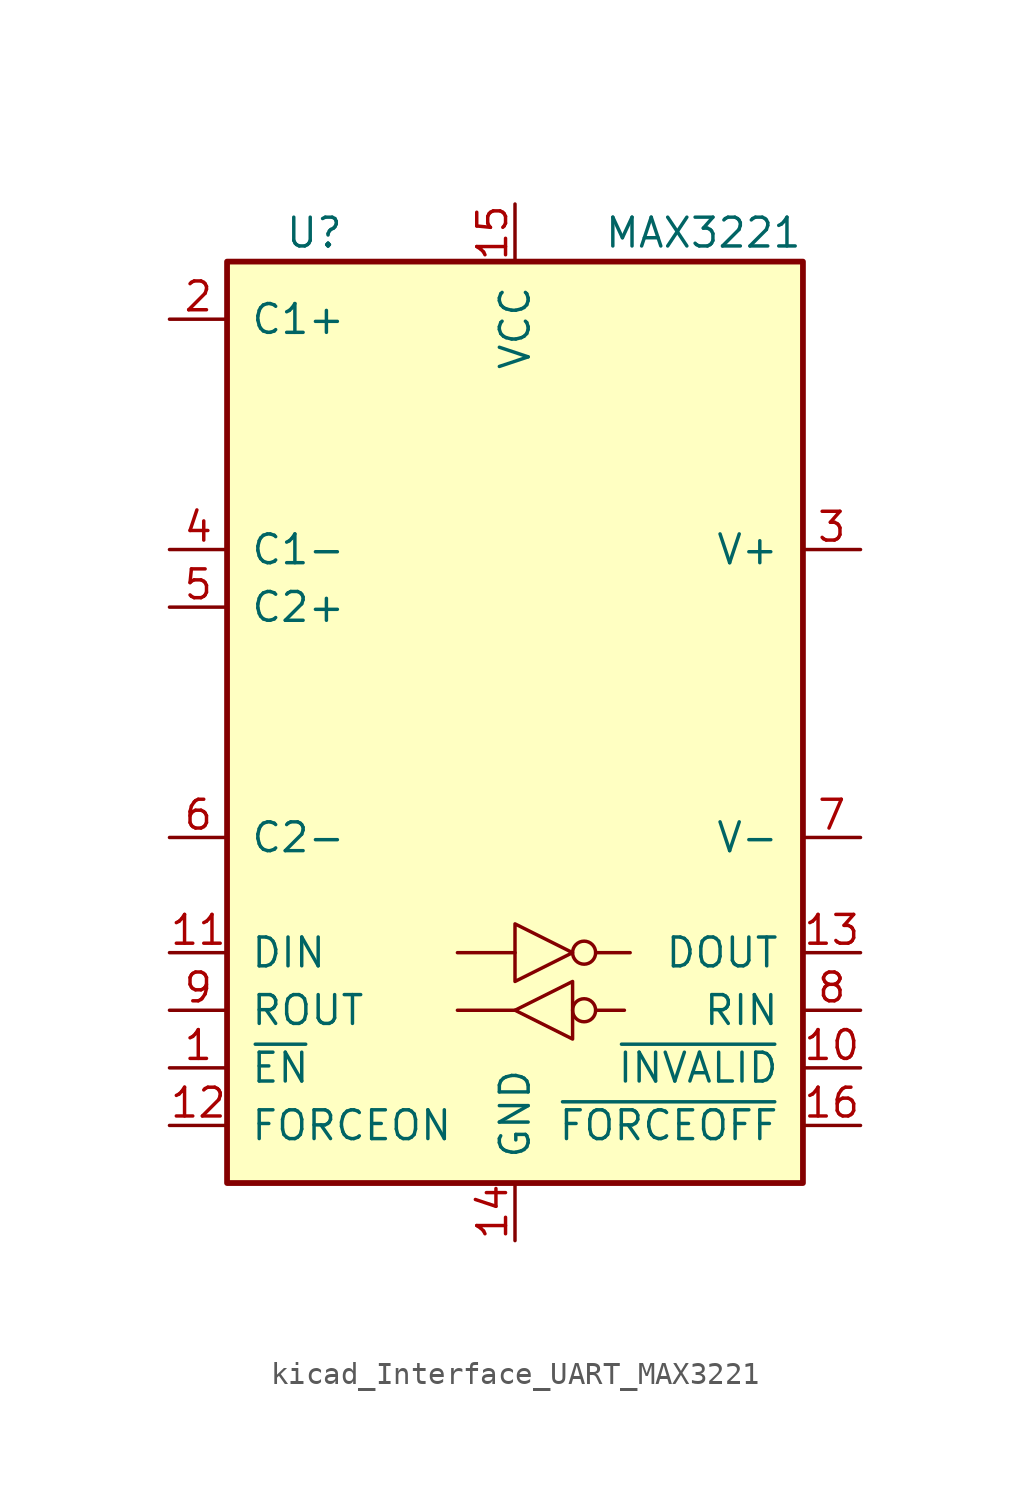
<source format=kicad_sym>
(kicad_symbol_lib
  (version 20220914)
  (generator kicad_symbol_editor)
  (symbol "kicad_Interface_UART_MAX3221"
    (pin_names
      (offset 1.016))
    (property "Reference" "U"
      (at -10.16 21.59 0)
      (effects (font (size 1.27 1.27)) (justify left)))
    (property "Value" "MAX3221"
      (at 12.7 21.59 0)
      (effects (font (size 1.27 1.27)) (justify right)))
    (symbol "kicad_Interface_UART_MAX3221_0_1"
      (rectangle (start -12.7 -20.32) (end 12.7 20.32) (stroke (width 0.254) (type default)) (fill (type background)))
      (polyline (pts (xy -2.54 -12.7) (xy 0 -12.7) (xy 0 -12.7)) (stroke (width 0) (type default)) (fill (type none)))
      (polyline (pts (xy -2.54 -10.16) (xy 0 -10.16) (xy 0 -10.16)) (stroke (width 0) (type default)) (fill (type none)))
      (polyline (pts (xy 3.556 -12.7) (xy 4.826 -12.7) (xy 4.826 -12.7)) (stroke (width 0) (type default)) (fill (type none)))
      (polyline (pts (xy 3.556 -10.16) (xy 5.08 -10.16) (xy 5.08 -10.16)) (stroke (width 0) (type default)) (fill (type none)))
      (polyline (pts (xy 2.54 -11.43) (xy 2.54 -13.97) (xy 0 -12.7) (xy 2.54 -11.43) (xy 2.54 -11.43)) (stroke (width 0) (type default)) (fill (type none)))
      (polyline (pts (xy 0 -11.43) (xy 0 -8.89) (xy 2.54 -10.16) (xy 0 -11.43) (xy 0 -11.43) (xy 0 -11.43)) (stroke (width 0) (type default)) (fill (type none)))
      (circle (center 3.048 -12.7) (radius 0.508) (stroke (width 0) (type default)) (fill (type none)))
      (circle (center 3.048 -10.16) (radius 0.508) (stroke (width 0) (type default)) (fill (type none))))
    (symbol "kicad_Interface_UART_MAX3221_1_1"
      (pin input line (at -15.24 -15.24 0) (length 2.54) (name "~{EN}" (effects (font (size 1.27 1.27)))) (number "1" (effects (font (size 1.27 1.27)))))
      (pin output line (at 15.24 -15.24 180) (length 2.54) (name "~{INVALID}" (effects (font (size 1.27 1.27)))) (number "10" (effects (font (size 1.27 1.27)))))
      (pin input line (at -15.24 -10.16 0) (length 2.54) (name "DIN" (effects (font (size 1.27 1.27)))) (number "11" (effects (font (size 1.27 1.27)))))
      (pin input line (at -15.24 -17.78 0) (length 2.54) (name "FORCEON" (effects (font (size 1.27 1.27)))) (number "12" (effects (font (size 1.27 1.27)))))
      (pin output line (at 15.24 -10.16 180) (length 2.54) (name "DOUT" (effects (font (size 1.27 1.27)))) (number "13" (effects (font (size 1.27 1.27)))))
      (pin power_in line (at 0 -22.86 90) (length 2.54) (name "GND" (effects (font (size 1.27 1.27)))) (number "14" (effects (font (size 1.27 1.27)))))
      (pin power_in line (at 0 22.86 270) (length 2.54) (name "VCC" (effects (font (size 1.27 1.27)))) (number "15" (effects (font (size 1.27 1.27)))))
      (pin input line (at 15.24 -17.78 180) (length 2.54) (name "~{FORCEOFF}" (effects (font (size 1.27 1.27)))) (number "16" (effects (font (size 1.27 1.27)))))
      (pin passive line (at -15.24 17.78 0) (length 2.54) (name "C1+" (effects (font (size 1.27 1.27)))) (number "2" (effects (font (size 1.27 1.27)))))
      (pin power_out line (at 15.24 7.62 180) (length 2.54) (name "V+" (effects (font (size 1.27 1.27)))) (number "3" (effects (font (size 1.27 1.27)))))
      (pin passive line (at -15.24 7.62 0) (length 2.54) (name "C1-" (effects (font (size 1.27 1.27)))) (number "4" (effects (font (size 1.27 1.27)))))
      (pin passive line (at -15.24 5.08 0) (length 2.54) (name "C2+" (effects (font (size 1.27 1.27)))) (number "5" (effects (font (size 1.27 1.27)))))
      (pin passive line (at -15.24 -5.08 0) (length 2.54) (name "C2-" (effects (font (size 1.27 1.27)))) (number "6" (effects (font (size 1.27 1.27)))))
      (pin power_out line (at 15.24 -5.08 180) (length 2.54) (name "V-" (effects (font (size 1.27 1.27)))) (number "7" (effects (font (size 1.27 1.27)))))
      (pin input line (at 15.24 -12.7 180) (length 2.54) (name "RIN" (effects (font (size 1.27 1.27)))) (number "8" (effects (font (size 1.27 1.27)))))
      (pin output line (at -15.24 -12.7 0) (length 2.54) (name "ROUT" (effects (font (size 1.27 1.27)))) (number "9" (effects (font (size 1.27 1.27))))))))
</source>
